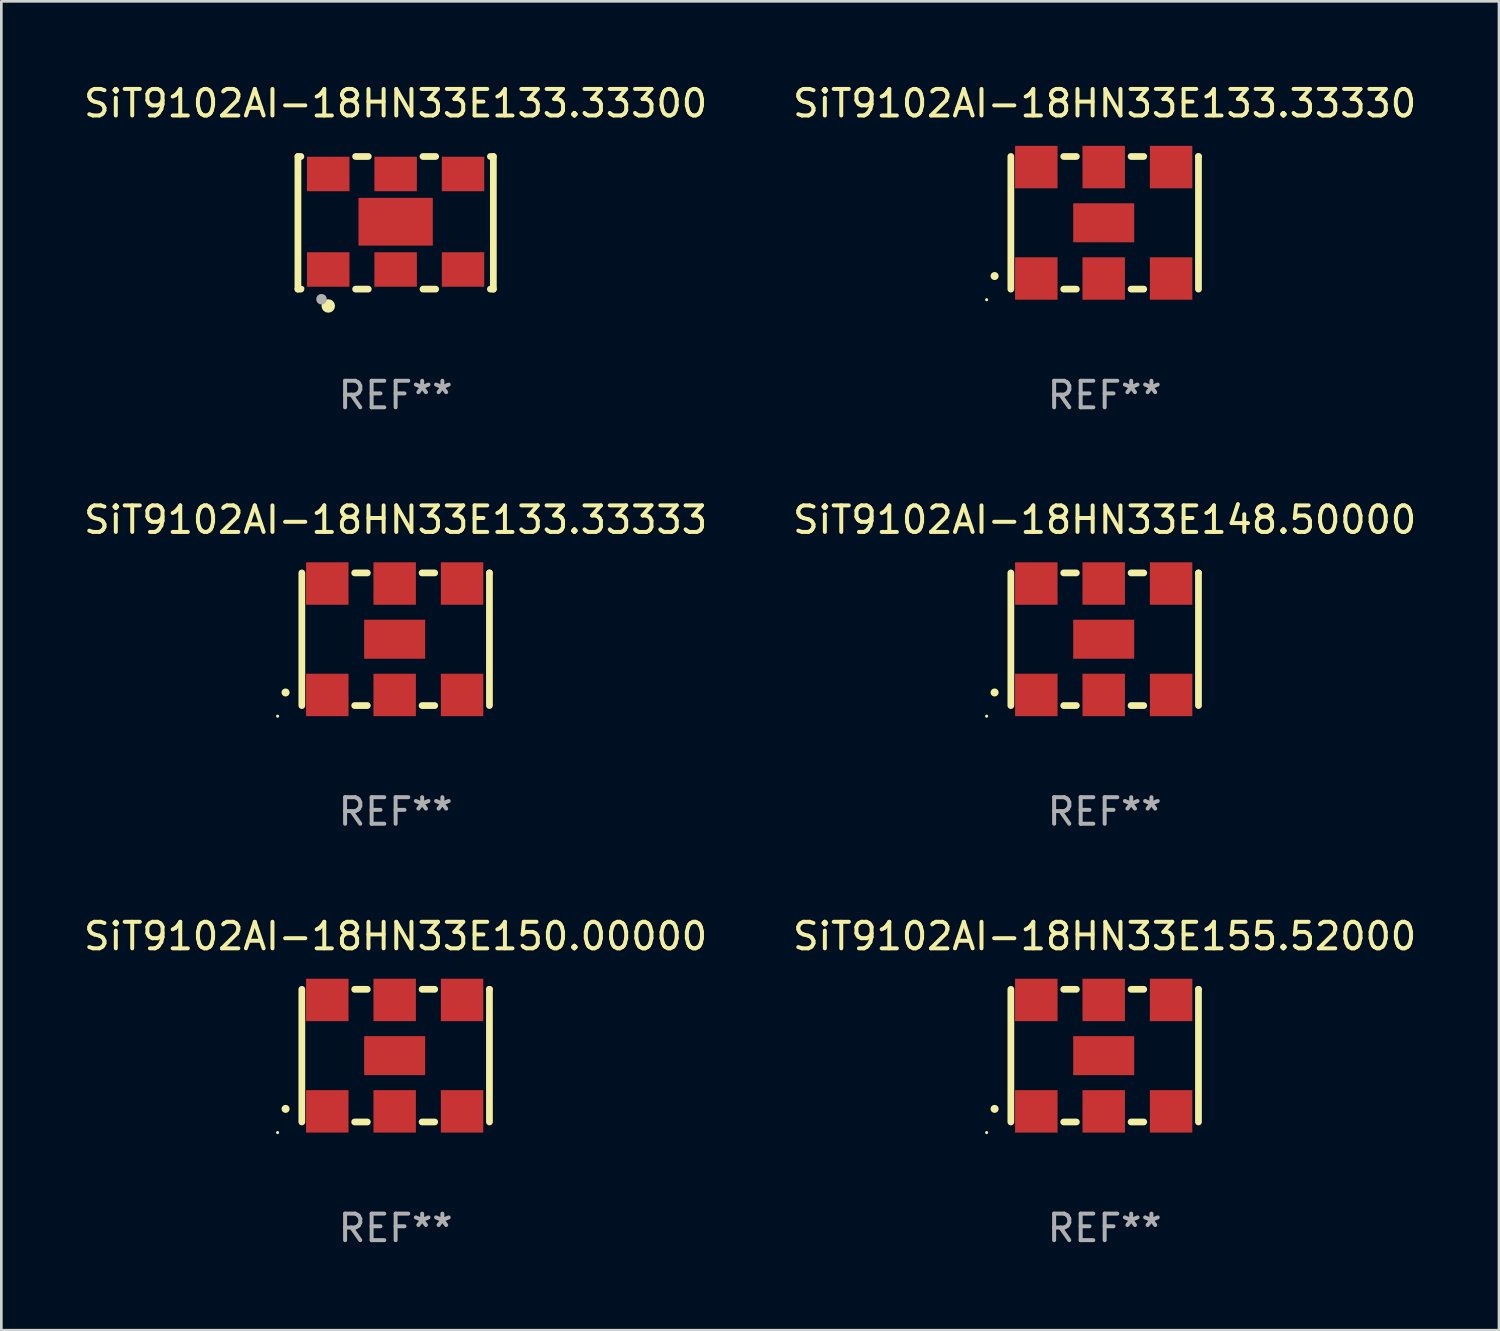
<source format=kicad_pcb>
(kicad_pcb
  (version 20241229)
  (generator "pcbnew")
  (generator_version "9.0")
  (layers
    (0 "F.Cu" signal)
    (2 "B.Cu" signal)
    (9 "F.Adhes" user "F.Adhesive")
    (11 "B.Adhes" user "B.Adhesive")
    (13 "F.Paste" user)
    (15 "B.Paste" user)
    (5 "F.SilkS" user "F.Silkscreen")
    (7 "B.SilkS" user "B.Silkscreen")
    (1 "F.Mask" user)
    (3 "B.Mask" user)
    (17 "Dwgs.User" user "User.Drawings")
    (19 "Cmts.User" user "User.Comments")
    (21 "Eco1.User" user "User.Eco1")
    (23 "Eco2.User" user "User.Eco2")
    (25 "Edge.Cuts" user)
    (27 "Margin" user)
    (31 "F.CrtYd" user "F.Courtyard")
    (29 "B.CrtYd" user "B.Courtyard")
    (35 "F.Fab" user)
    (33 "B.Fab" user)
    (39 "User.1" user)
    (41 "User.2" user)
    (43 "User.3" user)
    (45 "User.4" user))
  (footprint "SiT9102AI-18HN33E148.50000"
    (layer "F.Cu")
    (at 38.589 21.045)
    (property "Reference" "SiT9102AI-18HN33E148.50000" (at 0 -4.5 0) (layer "F.SilkS") (effects (font (size 1 1) (thickness 0.15))))
    (attr through_hole)
    (fp_line (start -3.536 -2.5) (end -3.536 2.5) (stroke (width 0.254) (type solid)) (layer "F.SilkS"))
    (fp_line (start -1.544 2.5) (end -1.067 2.5) (stroke (width 0.254) (type solid)) (layer "F.SilkS"))
    (fp_line (start -1.067 -2.5) (end -1.544 -2.5) (stroke (width 0.254) (type solid)) (layer "F.SilkS"))
    (fp_line (start 0.996 2.5) (end 1.473 2.5) (stroke (width 0.254) (type solid)) (layer "F.SilkS"))
    (fp_line (start 1.473 -2.5) (end 0.996 -2.5) (stroke (width 0.254) (type solid)) (layer "F.SilkS"))
    (fp_line (start 3.536 -2.5) (end 3.536 -2.5) (stroke (width 0.254) (type solid)) (layer "F.SilkS"))
    (fp_line (start 3.536 2.5) (end 3.536 -2.5) (stroke (width 0.254) (type solid)) (layer "F.SilkS"))
    (fp_arc (start -4.150432 2.006604) (mid -4.149162 2.006599) (end -4.147892 2.006604) (stroke (width 0.3) (type solid)) (layer "F.SilkS"))
    (fp_circle (center -4.449 2.9) (end -4.419 2.9) (stroke (width 0.06) (type solid)) (fill no) (layer "F.SilkS"))
    (fp_text user "REF**" (at 0 6.5 0) (layer "F.Fab") (effects (font (size 1 1) (thickness 0.15))))
    (pad "1" smd rect (at -2.576 2.1) (size 1.6 1.6) (layers "F.Cu" "F.Mask" "F.Paste"))
    (pad "2" smd rect (at -0.036 2.1) (size 1.6 1.6) (layers "F.Cu" "F.Mask" "F.Paste"))
    (pad "3" smd rect (at 2.504 2.1) (size 1.6 1.6) (layers "F.Cu" "F.Mask" "F.Paste"))
    (pad "4" smd rect (at 2.504 -2.1) (size 1.6 1.6) (layers "F.Cu" "F.Mask" "F.Paste"))
    (pad "5" smd rect (at -0.036 -2.1) (size 1.6 1.6) (layers "F.Cu" "F.Mask" "F.Paste"))
    (pad "6" smd rect (at -2.576 -2.1) (size 1.6 1.6) (layers "F.Cu" "F.Mask" "F.Paste"))
    (pad "7" smd rect (at -0.036 0) (size 2.3 1.47) (layers "F.Cu" "F.Mask" "F.Paste")))
  (footprint "SiT9102AI-18HN33E150.00000"
    (layer "F.Cu")
    (at 11.863 36.741)
    (property "Reference" "SiT9102AI-18HN33E150.00000" (at 0 -4.5 0) (layer "F.SilkS") (effects (font (size 1 1) (thickness 0.15))))
    (attr through_hole)
    (fp_line (start -3.536 -2.5) (end -3.536 2.5) (stroke (width 0.254) (type solid)) (layer "F.SilkS"))
    (fp_line (start -1.544 2.5) (end -1.067 2.5) (stroke (width 0.254) (type solid)) (layer "F.SilkS"))
    (fp_line (start -1.067 -2.5) (end -1.544 -2.5) (stroke (width 0.254) (type solid)) (layer "F.SilkS"))
    (fp_line (start 0.996 2.5) (end 1.473 2.5) (stroke (width 0.254) (type solid)) (layer "F.SilkS"))
    (fp_line (start 1.473 -2.5) (end 0.996 -2.5) (stroke (width 0.254) (type solid)) (layer "F.SilkS"))
    (fp_line (start 3.536 -2.5) (end 3.536 -2.5) (stroke (width 0.254) (type solid)) (layer "F.SilkS"))
    (fp_line (start 3.536 2.5) (end 3.536 -2.5) (stroke (width 0.254) (type solid)) (layer "F.SilkS"))
    (fp_arc (start -4.150432 2.006604) (mid -4.149162 2.006599) (end -4.147892 2.006604) (stroke (width 0.3) (type solid)) (layer "F.SilkS"))
    (fp_circle (center -4.449 2.9) (end -4.419 2.9) (stroke (width 0.06) (type solid)) (fill no) (layer "F.SilkS"))
    (fp_text user "REF**" (at 0 6.5 0) (layer "F.Fab") (effects (font (size 1 1) (thickness 0.15))))
    (pad "1" smd rect (at -2.576 2.1) (size 1.6 1.6) (layers "F.Cu" "F.Mask" "F.Paste"))
    (pad "2" smd rect (at -0.036 2.1) (size 1.6 1.6) (layers "F.Cu" "F.Mask" "F.Paste"))
    (pad "3" smd rect (at 2.504 2.1) (size 1.6 1.6) (layers "F.Cu" "F.Mask" "F.Paste"))
    (pad "4" smd rect (at 2.504 -2.1) (size 1.6 1.6) (layers "F.Cu" "F.Mask" "F.Paste"))
    (pad "5" smd rect (at -0.036 -2.1) (size 1.6 1.6) (layers "F.Cu" "F.Mask" "F.Paste"))
    (pad "6" smd rect (at -2.576 -2.1) (size 1.6 1.6) (layers "F.Cu" "F.Mask" "F.Paste"))
    (pad "7" smd rect (at -0.036 0) (size 2.3 1.47) (layers "F.Cu" "F.Mask" "F.Paste")))
  (footprint "SiT9102AI-18HN33E155.52000"
    (layer "F.Cu")
    (at 38.589 36.741)
    (property "Reference" "SiT9102AI-18HN33E155.52000" (at 0 -4.5 0) (layer "F.SilkS") (effects (font (size 1 1) (thickness 0.15))))
    (attr through_hole)
    (fp_line (start -3.536 -2.5) (end -3.536 2.5) (stroke (width 0.254) (type solid)) (layer "F.SilkS"))
    (fp_line (start -1.544 2.5) (end -1.067 2.5) (stroke (width 0.254) (type solid)) (layer "F.SilkS"))
    (fp_line (start -1.067 -2.5) (end -1.544 -2.5) (stroke (width 0.254) (type solid)) (layer "F.SilkS"))
    (fp_line (start 0.996 2.5) (end 1.473 2.5) (stroke (width 0.254) (type solid)) (layer "F.SilkS"))
    (fp_line (start 1.473 -2.5) (end 0.996 -2.5) (stroke (width 0.254) (type solid)) (layer "F.SilkS"))
    (fp_line (start 3.536 -2.5) (end 3.536 -2.5) (stroke (width 0.254) (type solid)) (layer "F.SilkS"))
    (fp_line (start 3.536 2.5) (end 3.536 -2.5) (stroke (width 0.254) (type solid)) (layer "F.SilkS"))
    (fp_arc (start -4.150432 2.006604) (mid -4.149162 2.006599) (end -4.147892 2.006604) (stroke (width 0.3) (type solid)) (layer "F.SilkS"))
    (fp_circle (center -4.449 2.9) (end -4.419 2.9) (stroke (width 0.06) (type solid)) (fill no) (layer "F.SilkS"))
    (fp_text user "REF**" (at 0 6.5 0) (layer "F.Fab") (effects (font (size 1 1) (thickness 0.15))))
    (pad "1" smd rect (at -2.576 2.1) (size 1.6 1.6) (layers "F.Cu" "F.Mask" "F.Paste"))
    (pad "2" smd rect (at -0.036 2.1) (size 1.6 1.6) (layers "F.Cu" "F.Mask" "F.Paste"))
    (pad "3" smd rect (at 2.504 2.1) (size 1.6 1.6) (layers "F.Cu" "F.Mask" "F.Paste"))
    (pad "4" smd rect (at 2.504 -2.1) (size 1.6 1.6) (layers "F.Cu" "F.Mask" "F.Paste"))
    (pad "5" smd rect (at -0.036 -2.1) (size 1.6 1.6) (layers "F.Cu" "F.Mask" "F.Paste"))
    (pad "6" smd rect (at -2.576 -2.1) (size 1.6 1.6) (layers "F.Cu" "F.Mask" "F.Paste"))
    (pad "7" smd rect (at -0.036 0) (size 2.3 1.47) (layers "F.Cu" "F.Mask" "F.Paste")))
  (footprint "SiT9102AI-18HN33E133.33300"
    (layer "F.Cu")
    (at 11.863 5.348)
    (property "Reference" "SiT9102AI-18HN33E133.33300" (at 0 -4.5 0) (layer "F.SilkS") (effects (font (size 1 1) (thickness 0.15))))
    (attr through_hole)
    (fp_line (start -3.683 -2.5) (end -3.571 -2.5) (stroke (width 0.254) (type solid)) (layer "F.SilkS"))
    (fp_line (start -3.683 2.5) (end -3.683 -2.5) (stroke (width 0.254) (type solid)) (layer "F.SilkS"))
    (fp_line (start -3.683 2.5) (end -3.571 2.5) (stroke (width 0.254) (type solid)) (layer "F.SilkS"))
    (fp_line (start -1.509 -2.5) (end -1.031 -2.5) (stroke (width 0.254) (type solid)) (layer "F.SilkS"))
    (fp_line (start -1.509 2.5) (end -1.031 2.5) (stroke (width 0.254) (type solid)) (layer "F.SilkS"))
    (fp_line (start 1.031 -2.5) (end 1.509 -2.5) (stroke (width 0.254) (type solid)) (layer "F.SilkS"))
    (fp_line (start 1.031 2.5) (end 1.509 2.5) (stroke (width 0.254) (type solid)) (layer "F.SilkS"))
    (fp_line (start 3.571 -2.5) (end 3.683 -2.5) (stroke (width 0.254) (type solid)) (layer "F.SilkS"))
    (fp_line (start 3.571 2.5) (end 3.683 2.5) (stroke (width 0.254) (type solid)) (layer "F.SilkS"))
    (fp_line (start 3.683 2.5) (end 3.683 -2.5) (stroke (width 0.254) (type solid)) (layer "F.SilkS"))
    (fp_circle (center -3.5 2.46) (end -3.47 2.46) (stroke (width 0.06) (type solid)) (fill no) (layer "F.SilkS"))
    (fp_circle (center -2.54 3.135) (end -2.413 3.135) (stroke (width 0.254) (type solid)) (fill no) (layer "F.SilkS"))
    (fp_circle (center -2.794 2.881) (end -2.694 2.881) (stroke (width 0.2) (type solid)) (fill no) (layer "F.Fab"))
    (fp_text user "REF**" (at 0 6.5 0) (layer "F.Fab") (effects (font (size 1 1) (thickness 0.15))))
    (pad "1" smd rect (at -2.54 1.76) (size 1.6 1.3) (layers "F.Cu" "F.Mask" "F.Paste"))
    (pad "2" smd rect (at 0 1.76) (size 1.6 1.3) (layers "F.Cu" "F.Mask" "F.Paste"))
    (pad "3" smd rect (at 2.54 1.76) (size 1.6 1.3) (layers "F.Cu" "F.Mask" "F.Paste"))
    (pad "4" smd rect (at 2.54 -1.84) (size 1.6 1.3) (layers "F.Cu" "F.Mask" "F.Paste"))
    (pad "5" smd rect (at 0 -1.84) (size 1.6 1.3) (layers "F.Cu" "F.Mask" "F.Paste"))
    (pad "6" smd rect (at -2.54 -1.84) (size 1.6 1.3) (layers "F.Cu" "F.Mask" "F.Paste"))
    (pad "7" smd rect (at 0 -0.04) (size 2.8 1.8) (layers "F.Cu" "F.Mask" "F.Paste")))
  (footprint "SiT9102AI-18HN33E133.33333"
    (layer "F.Cu")
    (at 11.863 21.045)
    (property "Reference" "SiT9102AI-18HN33E133.33333" (at 0 -4.5 0) (layer "F.SilkS") (effects (font (size 1 1) (thickness 0.15))))
    (attr through_hole)
    (fp_line (start -3.536 -2.5) (end -3.536 2.5) (stroke (width 0.254) (type solid)) (layer "F.SilkS"))
    (fp_line (start -1.544 2.5) (end -1.067 2.5) (stroke (width 0.254) (type solid)) (layer "F.SilkS"))
    (fp_line (start -1.067 -2.5) (end -1.544 -2.5) (stroke (width 0.254) (type solid)) (layer "F.SilkS"))
    (fp_line (start 0.996 2.5) (end 1.473 2.5) (stroke (width 0.254) (type solid)) (layer "F.SilkS"))
    (fp_line (start 1.473 -2.5) (end 0.996 -2.5) (stroke (width 0.254) (type solid)) (layer "F.SilkS"))
    (fp_line (start 3.536 -2.5) (end 3.536 -2.5) (stroke (width 0.254) (type solid)) (layer "F.SilkS"))
    (fp_line (start 3.536 2.5) (end 3.536 -2.5) (stroke (width 0.254) (type solid)) (layer "F.SilkS"))
    (fp_arc (start -4.150432 2.006604) (mid -4.149162 2.006599) (end -4.147892 2.006604) (stroke (width 0.3) (type solid)) (layer "F.SilkS"))
    (fp_circle (center -4.449 2.9) (end -4.419 2.9) (stroke (width 0.06) (type solid)) (fill no) (layer "F.SilkS"))
    (fp_text user "REF**" (at 0 6.5 0) (layer "F.Fab") (effects (font (size 1 1) (thickness 0.15))))
    (pad "1" smd rect (at -2.576 2.1) (size 1.6 1.6) (layers "F.Cu" "F.Mask" "F.Paste"))
    (pad "2" smd rect (at -0.036 2.1) (size 1.6 1.6) (layers "F.Cu" "F.Mask" "F.Paste"))
    (pad "3" smd rect (at 2.504 2.1) (size 1.6 1.6) (layers "F.Cu" "F.Mask" "F.Paste"))
    (pad "4" smd rect (at 2.504 -2.1) (size 1.6 1.6) (layers "F.Cu" "F.Mask" "F.Paste"))
    (pad "5" smd rect (at -0.036 -2.1) (size 1.6 1.6) (layers "F.Cu" "F.Mask" "F.Paste"))
    (pad "6" smd rect (at -2.576 -2.1) (size 1.6 1.6) (layers "F.Cu" "F.Mask" "F.Paste"))
    (pad "7" smd rect (at -0.036 0) (size 2.3 1.47) (layers "F.Cu" "F.Mask" "F.Paste")))
  (footprint "SiT9102AI-18HN33E133.33330"
    (layer "F.Cu")
    (at 38.589 5.348)
    (property "Reference" "SiT9102AI-18HN33E133.33330" (at 0 -4.5 0) (layer "F.SilkS") (effects (font (size 1 1) (thickness 0.15))))
    (attr through_hole)
    (fp_line (start -3.536 -2.5) (end -3.536 2.5) (stroke (width 0.254) (type solid)) (layer "F.SilkS"))
    (fp_line (start -1.544 2.5) (end -1.067 2.5) (stroke (width 0.254) (type solid)) (layer "F.SilkS"))
    (fp_line (start -1.067 -2.5) (end -1.544 -2.5) (stroke (width 0.254) (type solid)) (layer "F.SilkS"))
    (fp_line (start 0.996 2.5) (end 1.473 2.5) (stroke (width 0.254) (type solid)) (layer "F.SilkS"))
    (fp_line (start 1.473 -2.5) (end 0.996 -2.5) (stroke (width 0.254) (type solid)) (layer "F.SilkS"))
    (fp_line (start 3.536 -2.5) (end 3.536 -2.5) (stroke (width 0.254) (type solid)) (layer "F.SilkS"))
    (fp_line (start 3.536 2.5) (end 3.536 -2.5) (stroke (width 0.254) (type solid)) (layer "F.SilkS"))
    (fp_arc (start -4.150432 2.006604) (mid -4.149162 2.006599) (end -4.147892 2.006604) (stroke (width 0.3) (type solid)) (layer "F.SilkS"))
    (fp_circle (center -4.449 2.9) (end -4.419 2.9) (stroke (width 0.06) (type solid)) (fill no) (layer "F.SilkS"))
    (fp_text user "REF**" (at 0 6.5 0) (layer "F.Fab") (effects (font (size 1 1) (thickness 0.15))))
    (pad "1" smd rect (at -2.576 2.1) (size 1.6 1.6) (layers "F.Cu" "F.Mask" "F.Paste"))
    (pad "2" smd rect (at -0.036 2.1) (size 1.6 1.6) (layers "F.Cu" "F.Mask" "F.Paste"))
    (pad "3" smd rect (at 2.504 2.1) (size 1.6 1.6) (layers "F.Cu" "F.Mask" "F.Paste"))
    (pad "4" smd rect (at 2.504 -2.1) (size 1.6 1.6) (layers "F.Cu" "F.Mask" "F.Paste"))
    (pad "5" smd rect (at -0.036 -2.1) (size 1.6 1.6) (layers "F.Cu" "F.Mask" "F.Paste"))
    (pad "6" smd rect (at -2.576 -2.1) (size 1.6 1.6) (layers "F.Cu" "F.Mask" "F.Paste"))
    (pad "7" smd rect (at -0.036 0) (size 2.3 1.47) (layers "F.Cu" "F.Mask" "F.Paste")))
  (gr_rect
    (start -3 -3)
    (end 53.452 47.09)
    (stroke (width 0.1) (type default))
    (fill no)
    (layer "Edge.Cuts")))
</source>
